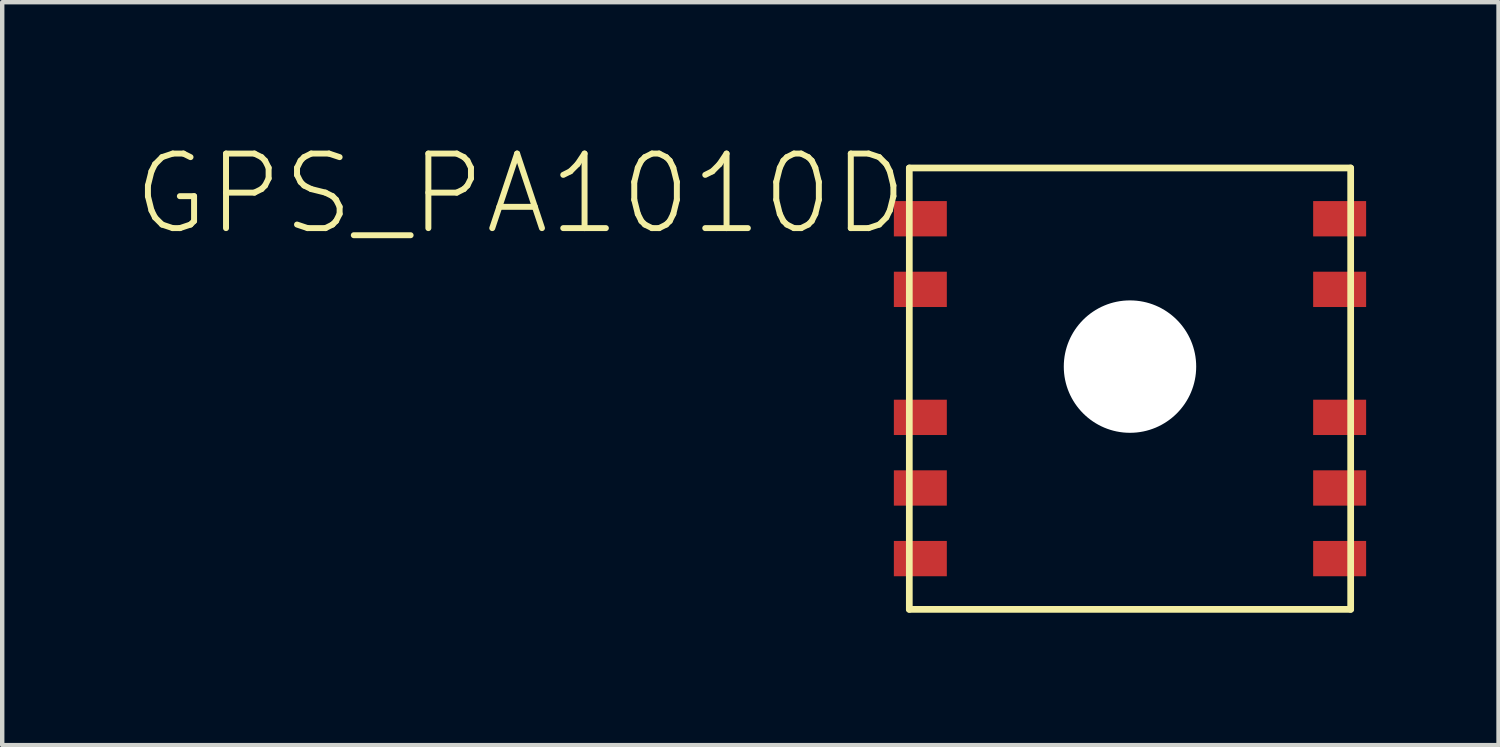
<source format=kicad_pcb>
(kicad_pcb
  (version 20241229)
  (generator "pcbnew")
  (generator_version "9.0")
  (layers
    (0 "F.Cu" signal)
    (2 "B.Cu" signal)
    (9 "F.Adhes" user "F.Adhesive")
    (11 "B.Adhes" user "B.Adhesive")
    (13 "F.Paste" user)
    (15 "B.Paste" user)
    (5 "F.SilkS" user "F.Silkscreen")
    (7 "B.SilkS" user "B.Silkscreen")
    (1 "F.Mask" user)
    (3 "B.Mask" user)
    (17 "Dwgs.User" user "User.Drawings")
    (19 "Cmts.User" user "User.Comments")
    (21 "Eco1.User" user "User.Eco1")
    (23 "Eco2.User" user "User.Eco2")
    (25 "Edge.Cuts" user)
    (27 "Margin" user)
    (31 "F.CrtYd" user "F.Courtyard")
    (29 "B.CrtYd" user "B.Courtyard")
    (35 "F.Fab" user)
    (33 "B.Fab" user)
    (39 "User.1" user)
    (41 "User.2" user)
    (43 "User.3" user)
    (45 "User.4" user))
  (footprint "GPS_PA1010D"
    (layer "F.Cu")
    (at 22.552 5.756)
    (property "Reference" "GPS_PA1010D" (at -4.95 -5.4 180) (layer "F.SilkS") (effects (font (size 1.689 1.689) (thickness 0.135)) (justify right top)))
    (attr through_hole)
    (fp_line (start -5 -5) (end 5 -5) (stroke (width 0.152) (type solid)) (layer "F.SilkS"))
    (fp_line (start -5 5) (end -5 -5) (stroke (width 0.152) (type solid)) (layer "F.SilkS"))
    (fp_line (start 5 -5) (end 5 5) (stroke (width 0.152) (type solid)) (layer "F.SilkS"))
    (fp_line (start 5 5) (end -5 5) (stroke (width 0.152) (type solid)) (layer "F.SilkS"))
    (pad "" np_thru_hole circle (at 0 -0.5) (size 3 3) (drill 3) (layers "*.Cu" "*.Mask"))
    (pad "1" smd rect (at -4.75 -3.85) (size 1.2 0.8) (layers "F.Cu" "F.Mask" "F.Paste"))
    (pad "2" smd rect (at -4.75 -2.25) (size 1.2 0.8) (layers "F.Cu" "F.Mask" "F.Paste"))
    (pad "3" smd rect (at -4.75 0.65) (size 1.2 0.8) (layers "F.Cu" "F.Mask" "F.Paste"))
    (pad "4" smd rect (at -4.75 2.25) (size 1.2 0.8) (layers "F.Cu" "F.Mask" "F.Paste"))
    (pad "5" smd rect (at -4.75 3.85) (size 1.2 0.8) (layers "F.Cu" "F.Mask" "F.Paste"))
    (pad "6" smd rect (at 4.75 3.85) (size 1.2 0.8) (layers "F.Cu" "F.Mask" "F.Paste"))
    (pad "7" smd rect (at 4.75 2.25) (size 1.2 0.8) (layers "F.Cu" "F.Mask" "F.Paste"))
    (pad "8" smd rect (at 4.75 0.65) (size 1.2 0.8) (layers "F.Cu" "F.Mask" "F.Paste"))
    (pad "9" smd rect (at 4.75 -2.25) (size 1.2 0.8) (layers "F.Cu" "F.Mask" "F.Paste"))
    (pad "10" smd rect (at 4.75 -3.85) (size 1.2 0.8) (layers "F.Cu" "F.Mask" "F.Paste")))
  (gr_rect
    (start -3 -3)
    (end 30.902 13.832)
    (stroke (width 0.1) (type default))
    (fill no)
    (layer "Edge.Cuts")))
</source>
